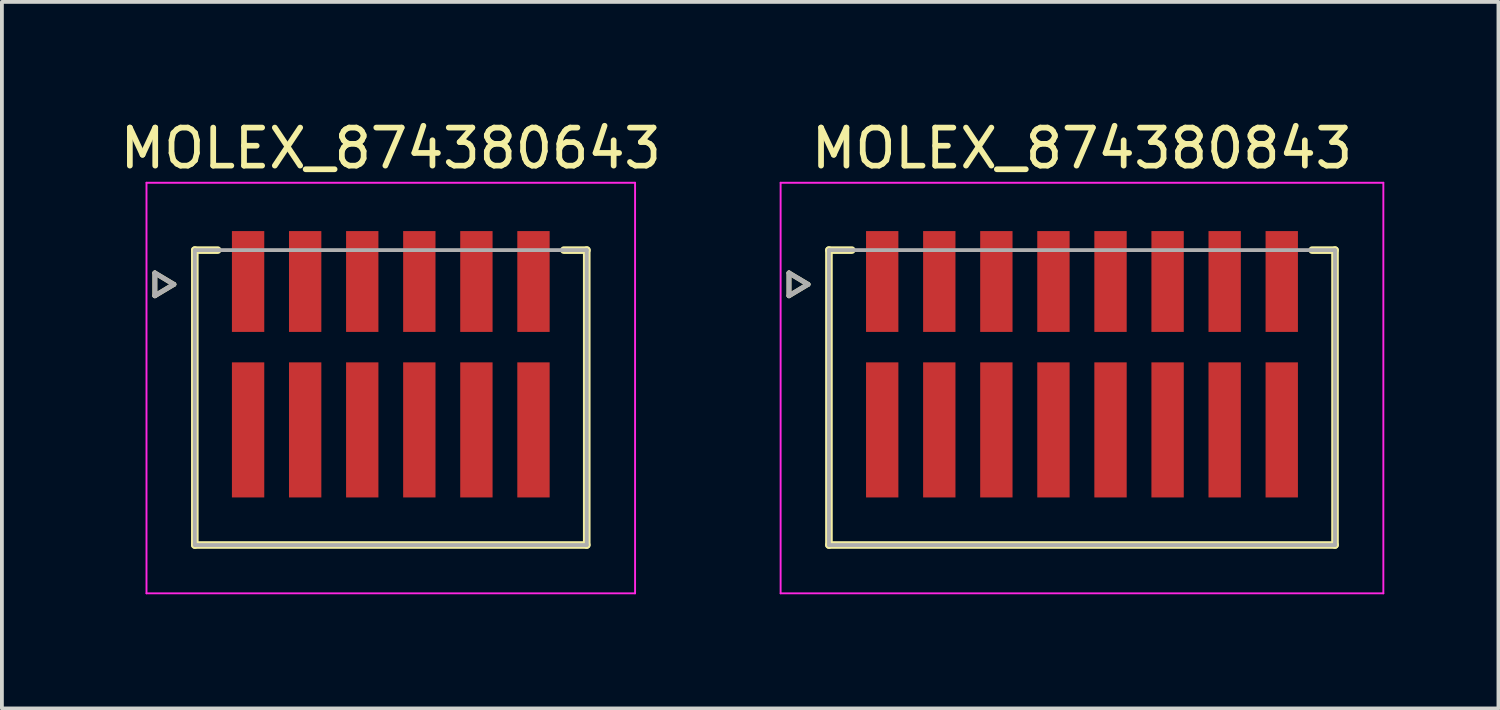
<source format=kicad_pcb>
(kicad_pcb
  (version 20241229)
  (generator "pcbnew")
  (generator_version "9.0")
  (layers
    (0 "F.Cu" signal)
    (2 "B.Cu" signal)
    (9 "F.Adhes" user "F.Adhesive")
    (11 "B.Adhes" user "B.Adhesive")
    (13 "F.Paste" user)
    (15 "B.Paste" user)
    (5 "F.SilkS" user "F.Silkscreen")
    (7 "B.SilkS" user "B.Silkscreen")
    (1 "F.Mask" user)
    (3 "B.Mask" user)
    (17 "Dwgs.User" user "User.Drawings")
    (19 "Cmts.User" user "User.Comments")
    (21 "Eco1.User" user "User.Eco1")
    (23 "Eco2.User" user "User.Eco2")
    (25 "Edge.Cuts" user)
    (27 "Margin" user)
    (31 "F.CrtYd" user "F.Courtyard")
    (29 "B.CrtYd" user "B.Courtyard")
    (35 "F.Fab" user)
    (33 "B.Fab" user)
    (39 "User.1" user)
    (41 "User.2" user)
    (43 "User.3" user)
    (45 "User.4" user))
  (footprint "MOLEX_874380843"
    (layer "F.Cu")
    (at 25.385 7.398)
    (property "Reference" "MOLEX_874380843" (at 0 -6.55 0) (layer "F.SilkS") (effects (font (size 1 1) (thickness 0.15))))
    (attr smd)
    (fp_poly (pts (xy -5.751 -4.451) (xy -4.749 -4.451) (xy -4.749 -1.649) (xy -5.751 -1.649)) (stroke (width 0.01) (type solid)) (fill yes) (layer "F.Mask"))
    (fp_poly (pts (xy -5.751 -1.001) (xy -4.749 -1.001) (xy -4.749 2.701) (xy -5.751 2.701)) (stroke (width 0.01) (type solid)) (fill yes) (layer "F.Mask"))
    (fp_poly (pts (xy -4.251 -4.451) (xy -3.249 -4.451) (xy -3.249 -1.649) (xy -4.251 -1.649)) (stroke (width 0.01) (type solid)) (fill yes) (layer "F.Mask"))
    (fp_poly (pts (xy -4.251 -1.001) (xy -3.249 -1.001) (xy -3.249 2.701) (xy -4.251 2.701)) (stroke (width 0.01) (type solid)) (fill yes) (layer "F.Mask"))
    (fp_poly (pts (xy -2.751 -4.451) (xy -1.749 -4.451) (xy -1.749 -1.649) (xy -2.751 -1.649)) (stroke (width 0.01) (type solid)) (fill yes) (layer "F.Mask"))
    (fp_poly (pts (xy -2.751 -1.001) (xy -1.749 -1.001) (xy -1.749 2.701) (xy -2.751 2.701)) (stroke (width 0.01) (type solid)) (fill yes) (layer "F.Mask"))
    (fp_poly (pts (xy -1.251 -4.451) (xy -0.249 -4.451) (xy -0.249 -1.649) (xy -1.251 -1.649)) (stroke (width 0.01) (type solid)) (fill yes) (layer "F.Mask"))
    (fp_poly (pts (xy -1.251 -1.001) (xy -0.249 -1.001) (xy -0.249 2.701) (xy -1.251 2.701)) (stroke (width 0.01) (type solid)) (fill yes) (layer "F.Mask"))
    (fp_poly (pts (xy 0.249 -4.451) (xy 1.251 -4.451) (xy 1.251 -1.649) (xy 0.249 -1.649)) (stroke (width 0.01) (type solid)) (fill yes) (layer "F.Mask"))
    (fp_poly (pts (xy 0.249 -1.001) (xy 1.251 -1.001) (xy 1.251 2.701) (xy 0.249 2.701)) (stroke (width 0.01) (type solid)) (fill yes) (layer "F.Mask"))
    (fp_poly (pts (xy 1.749 -4.451) (xy 2.751 -4.451) (xy 2.751 -1.649) (xy 1.749 -1.649)) (stroke (width 0.01) (type solid)) (fill yes) (layer "F.Mask"))
    (fp_poly (pts (xy 1.749 -1.001) (xy 2.751 -1.001) (xy 2.751 2.701) (xy 1.749 2.701)) (stroke (width 0.01) (type solid)) (fill yes) (layer "F.Mask"))
    (fp_poly (pts (xy 3.249 -4.451) (xy 4.251 -4.451) (xy 4.251 -1.649) (xy 3.249 -1.649)) (stroke (width 0.01) (type solid)) (fill yes) (layer "F.Mask"))
    (fp_poly (pts (xy 3.249 -1.001) (xy 4.251 -1.001) (xy 4.251 2.701) (xy 3.249 2.701)) (stroke (width 0.01) (type solid)) (fill yes) (layer "F.Mask"))
    (fp_poly (pts (xy 4.749 -4.451) (xy 5.751 -4.451) (xy 5.751 -1.649) (xy 4.749 -1.649)) (stroke (width 0.01) (type solid)) (fill yes) (layer "F.Mask"))
    (fp_poly (pts (xy 4.749 -1.001) (xy 5.751 -1.001) (xy 5.751 2.701) (xy 4.749 2.701)) (stroke (width 0.01) (type solid)) (fill yes) (layer "F.Mask"))
    (fp_line (start -7.7 -3.275) (end -7.7 -2.675) (stroke (width 0.127) (type solid)) (layer "F.SilkS"))
    (fp_line (start -7.7 -2.675) (end -7.2 -2.975) (stroke (width 0.127) (type solid)) (layer "F.SilkS"))
    (fp_line (start -7.2 -2.975) (end -7.7 -3.275) (stroke (width 0.127) (type solid)) (layer "F.SilkS"))
    (fp_line (start -6.65 3.875) (end -6.65 -3.875) (stroke (width 0.2) (type solid)) (layer "F.SilkS"))
    (fp_line (start -6.65 3.875) (end 6.65 3.875) (stroke (width 0.2) (type solid)) (layer "F.SilkS"))
    (fp_line (start -6.05 -3.875) (end -6.65 -3.875) (stroke (width 0.2) (type solid)) (layer "F.SilkS"))
    (fp_line (start 6.65 -3.875) (end 6.05 -3.875) (stroke (width 0.2) (type solid)) (layer "F.SilkS"))
    (fp_line (start 6.65 3.875) (end 6.65 -3.875) (stroke (width 0.2) (type solid)) (layer "F.SilkS"))
    (fp_line (start -7.92 -5.645) (end 7.92 -5.645) (stroke (width 0.05) (type solid)) (layer "F.CrtYd"))
    (fp_line (start -7.92 5.145) (end -7.92 -5.645) (stroke (width 0.05) (type solid)) (layer "F.CrtYd"))
    (fp_line (start 7.92 -5.645) (end 7.92 5.145) (stroke (width 0.05) (type solid)) (layer "F.CrtYd"))
    (fp_line (start 7.92 5.145) (end -7.92 5.145) (stroke (width 0.05) (type solid)) (layer "F.CrtYd"))
    (fp_line (start -7.7 -3.275) (end -7.2 -2.975) (stroke (width 0.127) (type solid)) (layer "F.Fab"))
    (fp_line (start -7.7 -2.675) (end -7.7 -3.275) (stroke (width 0.127) (type solid)) (layer "F.Fab"))
    (fp_line (start -7.2 -2.975) (end -7.7 -2.675) (stroke (width 0.127) (type solid)) (layer "F.Fab"))
    (fp_line (start -6.65 -3.875) (end 6.65 -3.875) (stroke (width 0.1) (type solid)) (layer "F.Fab"))
    (fp_line (start -6.65 3.875) (end -6.65 -3.875) (stroke (width 0.1) (type solid)) (layer "F.Fab"))
    (fp_line (start 6.65 -3.875) (end 6.65 3.875) (stroke (width 0.1) (type solid)) (layer "F.Fab"))
    (fp_line (start 6.65 3.875) (end -6.65 3.875) (stroke (width 0.1) (type solid)) (layer "F.Fab"))
    (pad "1_1" smd rect (at -5.25 -3.05) (size 0.85 2.65) (layers "F.Cu" "F.Paste"))
    (pad "1_2" smd rect (at -5.25 0.85) (size 0.85 3.55) (layers "F.Cu" "F.Paste"))
    (pad "2_1" smd rect (at -3.75 -3.05) (size 0.85 2.65) (layers "F.Cu" "F.Paste"))
    (pad "2_2" smd rect (at -3.75 0.85) (size 0.85 3.55) (layers "F.Cu" "F.Paste"))
    (pad "3_1" smd rect (at -2.25 -3.05) (size 0.85 2.65) (layers "F.Cu" "F.Paste"))
    (pad "3_2" smd rect (at -2.25 0.85) (size 0.85 3.55) (layers "F.Cu" "F.Paste"))
    (pad "4_1" smd rect (at -0.75 -3.05) (size 0.85 2.65) (layers "F.Cu" "F.Paste"))
    (pad "4_2" smd rect (at -0.75 0.85) (size 0.85 3.55) (layers "F.Cu" "F.Paste"))
    (pad "5_1" smd rect (at 0.75 -3.05) (size 0.85 2.65) (layers "F.Cu" "F.Paste"))
    (pad "5_2" smd rect (at 0.75 0.85) (size 0.85 3.55) (layers "F.Cu" "F.Paste"))
    (pad "6_1" smd rect (at 2.25 -3.05) (size 0.85 2.65) (layers "F.Cu" "F.Paste"))
    (pad "6_2" smd rect (at 2.25 0.85) (size 0.85 3.55) (layers "F.Cu" "F.Paste"))
    (pad "7_1" smd rect (at 3.75 -3.05) (size 0.85 2.65) (layers "F.Cu" "F.Paste"))
    (pad "7_2" smd rect (at 3.75 0.85) (size 0.85 3.55) (layers "F.Cu" "F.Paste"))
    (pad "8_1" smd rect (at 5.25 -3.05) (size 0.85 2.65) (layers "F.Cu" "F.Paste"))
    (pad "8_2" smd rect (at 5.25 0.85) (size 0.85 3.55) (layers "F.Cu" "F.Paste"))
    (zone (net_name "") (layer "F.Cu") (hatch full 0.508) (connect_pads) (min_thickness 0.01) (filled_areas_thickness no) (keepout (tracks not_allowed) (vias not_allowed) (pads not_allowed) (copperpour not_allowed) (footprints allowed)) (placement (enabled no)) (fill) (polygon (pts (xy 19.71 5.673) (xy 20.56 5.673) (xy 20.56 6.473) (xy 19.71 6.473))))
    (zone (net_name "") (layer "F.Cu") (hatch full 0.508) (connect_pads) (min_thickness 0.01) (filled_areas_thickness no) (keepout (tracks not_allowed) (vias not_allowed) (pads not_allowed) (copperpour not_allowed) (footprints allowed)) (placement (enabled no)) (fill) (polygon (pts (xy 21.21 5.673) (xy 22.06 5.673) (xy 22.06 6.473) (xy 21.21 6.473))))
    (zone (net_name "") (layer "F.Cu") (hatch full 0.508) (connect_pads) (min_thickness 0.01) (filled_areas_thickness no) (keepout (tracks not_allowed) (vias not_allowed) (pads not_allowed) (copperpour not_allowed) (footprints allowed)) (placement (enabled no)) (fill) (polygon (pts (xy 22.71 5.673) (xy 23.56 5.673) (xy 23.56 6.473) (xy 22.71 6.473))))
    (zone (net_name "") (layer "F.Cu") (hatch full 0.508) (connect_pads) (min_thickness 0.01) (filled_areas_thickness no) (keepout (tracks not_allowed) (vias not_allowed) (pads not_allowed) (copperpour not_allowed) (footprints allowed)) (placement (enabled no)) (fill) (polygon (pts (xy 24.21 5.673) (xy 25.06 5.673) (xy 25.06 6.473) (xy 24.21 6.473))))
    (zone (net_name "") (layer "F.Cu") (hatch full 0.508) (connect_pads) (min_thickness 0.01) (filled_areas_thickness no) (keepout (tracks not_allowed) (vias not_allowed) (pads not_allowed) (copperpour not_allowed) (footprints allowed)) (placement (enabled no)) (fill) (polygon (pts (xy 25.71 5.673) (xy 26.56 5.673) (xy 26.56 6.473) (xy 25.71 6.473))))
    (zone (net_name "") (layer "F.Cu") (hatch full 0.508) (connect_pads) (min_thickness 0.01) (filled_areas_thickness no) (keepout (tracks not_allowed) (vias not_allowed) (pads not_allowed) (copperpour not_allowed) (footprints allowed)) (placement (enabled no)) (fill) (polygon (pts (xy 27.21 5.673) (xy 28.06 5.673) (xy 28.06 6.473) (xy 27.21 6.473))))
    (zone (net_name "") (layer "F.Cu") (hatch full 0.508) (connect_pads) (min_thickness 0.01) (filled_areas_thickness no) (keepout (tracks not_allowed) (vias not_allowed) (pads not_allowed) (copperpour not_allowed) (footprints allowed)) (placement (enabled no)) (fill) (polygon (pts (xy 28.71 5.673) (xy 29.56 5.673) (xy 29.56 6.473) (xy 28.71 6.473))))
    (zone (net_name "") (layer "F.Cu") (hatch full 0.508) (connect_pads) (min_thickness 0.01) (filled_areas_thickness no) (keepout (tracks not_allowed) (vias not_allowed) (pads not_allowed) (copperpour not_allowed) (footprints allowed)) (placement (enabled no)) (fill) (polygon (pts (xy 30.21 5.673) (xy 31.06 5.673) (xy 31.06 6.473) (xy 30.21 6.473)))))
  (footprint "MOLEX_874380643"
    (layer "F.Cu")
    (at 7.22 7.398)
    (property "Reference" "MOLEX_874380643" (at 0 -6.55 0) (layer "F.SilkS") (effects (font (size 1 1) (thickness 0.15))))
    (attr smd)
    (fp_poly (pts (xy -4.251 -4.451) (xy -3.249 -4.451) (xy -3.249 -1.649) (xy -4.251 -1.649)) (stroke (width 0.01) (type solid)) (fill yes) (layer "F.Mask"))
    (fp_poly (pts (xy -4.251 -1.001) (xy -3.249 -1.001) (xy -3.249 2.701) (xy -4.251 2.701)) (stroke (width 0.01) (type solid)) (fill yes) (layer "F.Mask"))
    (fp_poly (pts (xy -2.751 -4.451) (xy -1.749 -4.451) (xy -1.749 -1.649) (xy -2.751 -1.649)) (stroke (width 0.01) (type solid)) (fill yes) (layer "F.Mask"))
    (fp_poly (pts (xy -2.751 -1.001) (xy -1.749 -1.001) (xy -1.749 2.701) (xy -2.751 2.701)) (stroke (width 0.01) (type solid)) (fill yes) (layer "F.Mask"))
    (fp_poly (pts (xy -1.251 -4.451) (xy -0.249 -4.451) (xy -0.249 -1.649) (xy -1.251 -1.649)) (stroke (width 0.01) (type solid)) (fill yes) (layer "F.Mask"))
    (fp_poly (pts (xy -1.251 -1.001) (xy -0.249 -1.001) (xy -0.249 2.701) (xy -1.251 2.701)) (stroke (width 0.01) (type solid)) (fill yes) (layer "F.Mask"))
    (fp_poly (pts (xy 0.249 -4.451) (xy 1.251 -4.451) (xy 1.251 -1.649) (xy 0.249 -1.649)) (stroke (width 0.01) (type solid)) (fill yes) (layer "F.Mask"))
    (fp_poly (pts (xy 0.249 -1.001) (xy 1.251 -1.001) (xy 1.251 2.701) (xy 0.249 2.701)) (stroke (width 0.01) (type solid)) (fill yes) (layer "F.Mask"))
    (fp_poly (pts (xy 1.749 -4.451) (xy 2.751 -4.451) (xy 2.751 -1.649) (xy 1.749 -1.649)) (stroke (width 0.01) (type solid)) (fill yes) (layer "F.Mask"))
    (fp_poly (pts (xy 1.749 -1.001) (xy 2.751 -1.001) (xy 2.751 2.701) (xy 1.749 2.701)) (stroke (width 0.01) (type solid)) (fill yes) (layer "F.Mask"))
    (fp_poly (pts (xy 3.249 -4.451) (xy 4.251 -4.451) (xy 4.251 -1.649) (xy 3.249 -1.649)) (stroke (width 0.01) (type solid)) (fill yes) (layer "F.Mask"))
    (fp_poly (pts (xy 3.249 -1.001) (xy 4.251 -1.001) (xy 4.251 2.701) (xy 3.249 2.701)) (stroke (width 0.01) (type solid)) (fill yes) (layer "F.Mask"))
    (fp_line (start -6.2 -3.275) (end -6.2 -2.675) (stroke (width 0.127) (type solid)) (layer "F.SilkS"))
    (fp_line (start -6.2 -2.675) (end -5.7 -2.975) (stroke (width 0.127) (type solid)) (layer "F.SilkS"))
    (fp_line (start -5.7 -2.975) (end -6.2 -3.275) (stroke (width 0.127) (type solid)) (layer "F.SilkS"))
    (fp_line (start -5.15 3.875) (end -5.15 -3.875) (stroke (width 0.2) (type solid)) (layer "F.SilkS"))
    (fp_line (start -5.15 3.875) (end 5.15 3.875) (stroke (width 0.2) (type solid)) (layer "F.SilkS"))
    (fp_line (start -4.55 -3.875) (end -5.15 -3.875) (stroke (width 0.2) (type solid)) (layer "F.SilkS"))
    (fp_line (start 5.15 3.875) (end 5.15 -3.875) (stroke (width 0.2) (type solid)) (layer "F.SilkS"))
    (fp_line (start 5.155 -3.875) (end 4.55 -3.875) (stroke (width 0.2) (type solid)) (layer "F.SilkS"))
    (fp_line (start -6.42 -5.645) (end 6.42 -5.645) (stroke (width 0.05) (type solid)) (layer "F.CrtYd"))
    (fp_line (start -6.42 5.145) (end -6.42 -5.645) (stroke (width 0.05) (type solid)) (layer "F.CrtYd"))
    (fp_line (start 6.42 -5.645) (end 6.42 5.145) (stroke (width 0.05) (type solid)) (layer "F.CrtYd"))
    (fp_line (start 6.42 5.145) (end -6.42 5.145) (stroke (width 0.05) (type solid)) (layer "F.CrtYd"))
    (fp_line (start -6.2 -3.275) (end -5.7 -2.975) (stroke (width 0.127) (type solid)) (layer "F.Fab"))
    (fp_line (start -6.2 -2.675) (end -6.2 -3.275) (stroke (width 0.127) (type solid)) (layer "F.Fab"))
    (fp_line (start -5.7 -2.975) (end -6.2 -2.675) (stroke (width 0.127) (type solid)) (layer "F.Fab"))
    (fp_line (start -5.15 -3.875) (end 5.15 -3.875) (stroke (width 0.1) (type solid)) (layer "F.Fab"))
    (fp_line (start -5.15 3.875) (end -5.15 -3.875) (stroke (width 0.1) (type solid)) (layer "F.Fab"))
    (fp_line (start 5.15 -3.875) (end 5.15 3.875) (stroke (width 0.1) (type solid)) (layer "F.Fab"))
    (fp_line (start 5.15 3.875) (end -5.15 3.875) (stroke (width 0.1) (type solid)) (layer "F.Fab"))
    (pad "1_1" smd rect (at -3.75 -3.05) (size 0.85 2.65) (layers "F.Cu" "F.Paste"))
    (pad "1_2" smd rect (at -3.75 0.85) (size 0.85 3.55) (layers "F.Cu" "F.Paste"))
    (pad "2_1" smd rect (at -2.25 -3.05) (size 0.85 2.65) (layers "F.Cu" "F.Paste"))
    (pad "2_2" smd rect (at -2.25 0.85) (size 0.85 3.55) (layers "F.Cu" "F.Paste"))
    (pad "3_1" smd rect (at -0.75 -3.05) (size 0.85 2.65) (layers "F.Cu" "F.Paste"))
    (pad "3_2" smd rect (at -0.75 0.85) (size 0.85 3.55) (layers "F.Cu" "F.Paste"))
    (pad "4_1" smd rect (at 0.75 -3.05) (size 0.85 2.65) (layers "F.Cu" "F.Paste"))
    (pad "4_2" smd rect (at 0.75 0.85) (size 0.85 3.55) (layers "F.Cu" "F.Paste"))
    (pad "5_1" smd rect (at 2.25 -3.05) (size 0.85 2.65) (layers "F.Cu" "F.Paste"))
    (pad "5_2" smd rect (at 2.25 0.85) (size 0.85 3.55) (layers "F.Cu" "F.Paste"))
    (pad "6_1" smd rect (at 3.75 -3.05) (size 0.85 2.65) (layers "F.Cu" "F.Paste"))
    (pad "6_2" smd rect (at 3.75 0.85) (size 0.85 3.55) (layers "F.Cu" "F.Paste"))
    (zone (net_name "") (layer "F.Cu") (hatch full 0.508) (connect_pads) (min_thickness 0.01) (filled_areas_thickness no) (keepout (tracks not_allowed) (vias not_allowed) (pads not_allowed) (copperpour not_allowed) (footprints allowed)) (placement (enabled no)) (fill) (polygon (pts (xy 3.045 5.673) (xy 3.895 5.673) (xy 3.895 6.473) (xy 3.045 6.473))))
    (zone (net_name "") (layer "F.Cu") (hatch full 0.508) (connect_pads) (min_thickness 0.01) (filled_areas_thickness no) (keepout (tracks not_allowed) (vias not_allowed) (pads not_allowed) (copperpour not_allowed) (footprints allowed)) (placement (enabled no)) (fill) (polygon (pts (xy 4.545 5.673) (xy 5.395 5.673) (xy 5.395 6.473) (xy 4.545 6.473))))
    (zone (net_name "") (layer "F.Cu") (hatch full 0.508) (connect_pads) (min_thickness 0.01) (filled_areas_thickness no) (keepout (tracks not_allowed) (vias not_allowed) (pads not_allowed) (copperpour not_allowed) (footprints allowed)) (placement (enabled no)) (fill) (polygon (pts (xy 6.045 5.673) (xy 6.895 5.673) (xy 6.895 6.473) (xy 6.045 6.473))))
    (zone (net_name "") (layer "F.Cu") (hatch full 0.508) (connect_pads) (min_thickness 0.01) (filled_areas_thickness no) (keepout (tracks not_allowed) (vias not_allowed) (pads not_allowed) (copperpour not_allowed) (footprints allowed)) (placement (enabled no)) (fill) (polygon (pts (xy 7.545 5.673) (xy 8.395 5.673) (xy 8.395 6.473) (xy 7.545 6.473))))
    (zone (net_name "") (layer "F.Cu") (hatch full 0.508) (connect_pads) (min_thickness 0.01) (filled_areas_thickness no) (keepout (tracks not_allowed) (vias not_allowed) (pads not_allowed) (copperpour not_allowed) (footprints allowed)) (placement (enabled no)) (fill) (polygon (pts (xy 9.045 5.673) (xy 9.895 5.673) (xy 9.895 6.473) (xy 9.045 6.473))))
    (zone (net_name "") (layer "F.Cu") (hatch full 0.508) (connect_pads) (min_thickness 0.01) (filled_areas_thickness no) (keepout (tracks not_allowed) (vias not_allowed) (pads not_allowed) (copperpour not_allowed) (footprints allowed)) (placement (enabled no)) (fill) (polygon (pts (xy 10.545 5.673) (xy 11.395 5.673) (xy 11.395 6.473) (xy 10.545 6.473)))))
  (gr_rect
    (start -3 -3)
    (end 36.33 15.568)
    (stroke (width 0.1) (type default))
    (fill no)
    (layer "Edge.Cuts")))
</source>
